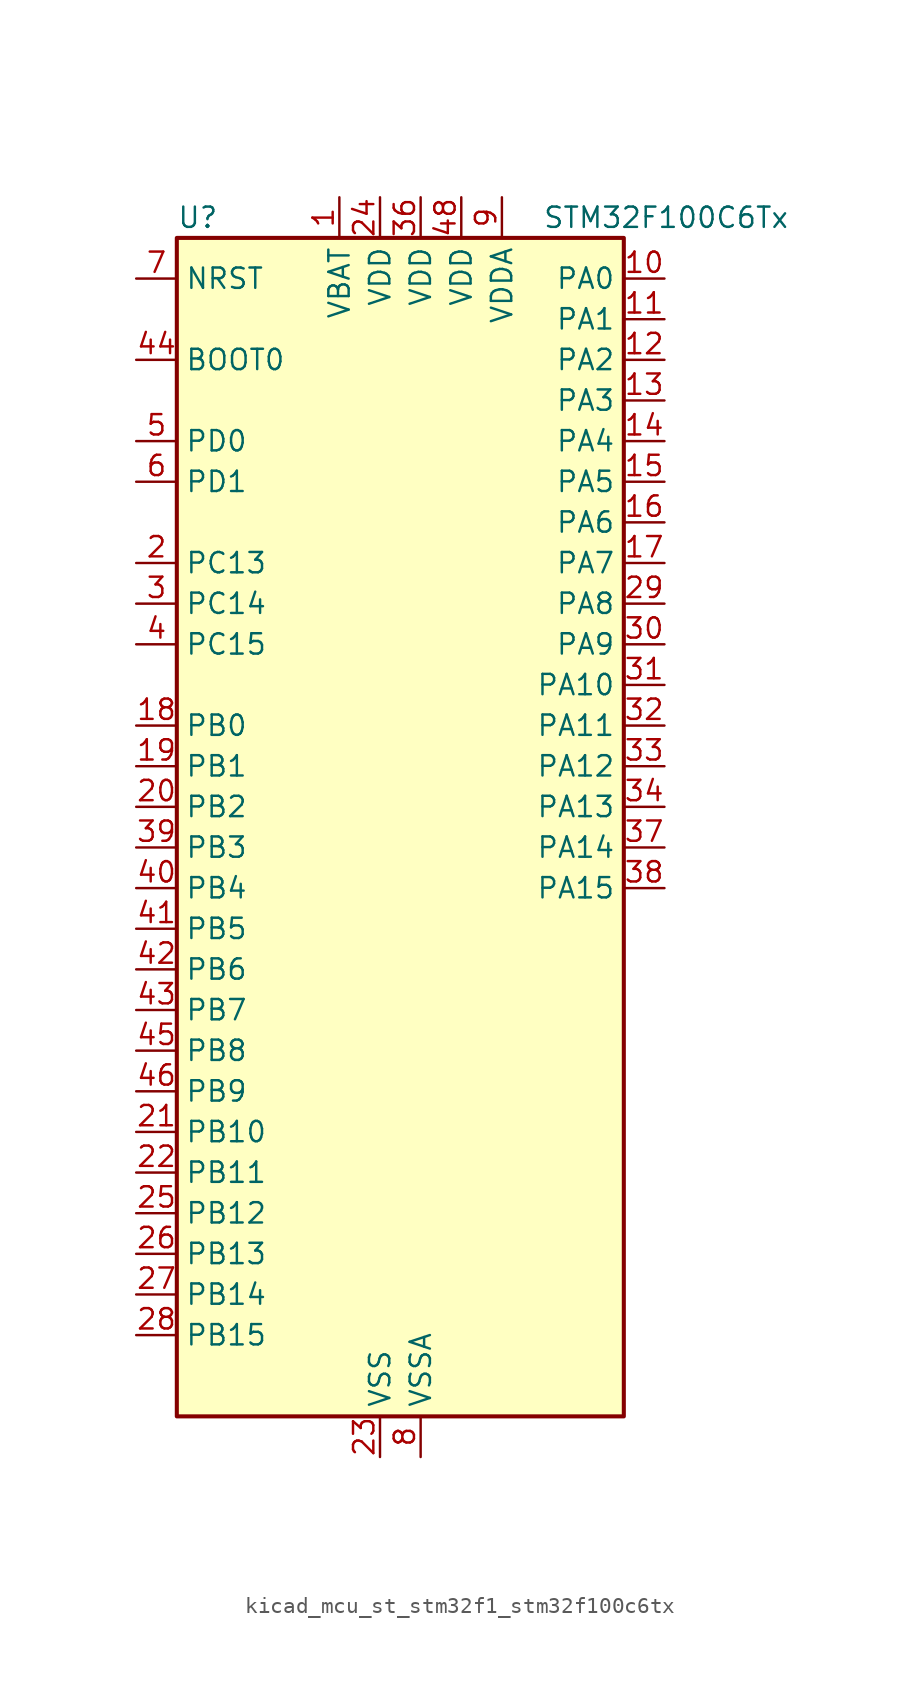
<source format=kicad_sym>
(kicad_symbol_lib
  (version 20220914)
  (generator kicad_symbol_editor)
  (symbol "kicad_mcu_st_stm32f1_stm32f100c6tx"
    (property "Reference" "U"
      (at -12.7 39.37 0)
      (effects (font (size 1.27 1.27)) (justify left)))
    (property "Value" "STM32F100C6Tx"
      (at 10.16 39.37 0)
      (effects (font (size 1.27 1.27)) (justify left)))
    (property "ki_locked" ""
      (at 0 0 0)
      (effects (font (size 1.27 1.27))))
    (symbol "kicad_mcu_st_stm32f1_stm32f100c6tx_0_1"
      (rectangle (start -12.7 -35.56) (end 15.24 38.1) (stroke (width 0.254) (type default)) (fill (type background))))
    (symbol "kicad_mcu_st_stm32f1_stm32f100c6tx_1_1"
      (pin power_in line (at -2.54 40.64 270) (length 2.54) (name "VBAT" (effects (font (size 1.27 1.27)))) (number "1" (effects (font (size 1.27 1.27)))))
      (pin bidirectional line (at 17.78 35.56 180) (length 2.54) (name "PA0" (effects (font (size 1.27 1.27)))) (number "10" (effects (font (size 1.27 1.27)))) (alternate "ADC1_IN0" bidirectional line) (alternate "SYS_WKUP" bidirectional line) (alternate "TIM2_CH1" bidirectional line) (alternate "TIM2_ETR" bidirectional line) (alternate "USART2_CTS" bidirectional line))
      (pin bidirectional line (at 17.78 33.02 180) (length 2.54) (name "PA1" (effects (font (size 1.27 1.27)))) (number "11" (effects (font (size 1.27 1.27)))) (alternate "ADC1_IN1" bidirectional line) (alternate "TIM2_CH2" bidirectional line) (alternate "USART2_RTS" bidirectional line))
      (pin bidirectional line (at 17.78 30.48 180) (length 2.54) (name "PA2" (effects (font (size 1.27 1.27)))) (number "12" (effects (font (size 1.27 1.27)))) (alternate "ADC1_IN2" bidirectional line) (alternate "TIM15_CH1" bidirectional line) (alternate "TIM2_CH3" bidirectional line) (alternate "USART2_TX" bidirectional line))
      (pin bidirectional line (at 17.78 27.94 180) (length 2.54) (name "PA3" (effects (font (size 1.27 1.27)))) (number "13" (effects (font (size 1.27 1.27)))) (alternate "ADC1_IN3" bidirectional line) (alternate "TIM15_CH2" bidirectional line) (alternate "TIM2_CH4" bidirectional line) (alternate "USART2_RX" bidirectional line))
      (pin bidirectional line (at 17.78 25.4 180) (length 2.54) (name "PA4" (effects (font (size 1.27 1.27)))) (number "14" (effects (font (size 1.27 1.27)))) (alternate "ADC1_IN4" bidirectional line) (alternate "DAC_OUT1" bidirectional line) (alternate "SPI1_NSS" bidirectional line) (alternate "USART2_CK" bidirectional line))
      (pin bidirectional line (at 17.78 22.86 180) (length 2.54) (name "PA5" (effects (font (size 1.27 1.27)))) (number "15" (effects (font (size 1.27 1.27)))) (alternate "ADC1_IN5" bidirectional line) (alternate "DAC_OUT2" bidirectional line) (alternate "SPI1_SCK" bidirectional line))
      (pin bidirectional line (at 17.78 20.32 180) (length 2.54) (name "PA6" (effects (font (size 1.27 1.27)))) (number "16" (effects (font (size 1.27 1.27)))) (alternate "ADC1_IN6" bidirectional line) (alternate "SPI1_MISO" bidirectional line) (alternate "TIM16_CH1" bidirectional line) (alternate "TIM1_BKIN" bidirectional line) (alternate "TIM3_CH1" bidirectional line))
      (pin bidirectional line (at 17.78 17.78 180) (length 2.54) (name "PA7" (effects (font (size 1.27 1.27)))) (number "17" (effects (font (size 1.27 1.27)))) (alternate "ADC1_IN7" bidirectional line) (alternate "SPI1_MOSI" bidirectional line) (alternate "TIM17_CH1" bidirectional line) (alternate "TIM1_CH1N" bidirectional line) (alternate "TIM3_CH2" bidirectional line))
      (pin bidirectional line (at -15.24 7.62 0) (length 2.54) (name "PB0" (effects (font (size 1.27 1.27)))) (number "18" (effects (font (size 1.27 1.27)))) (alternate "ADC1_IN8" bidirectional line) (alternate "TIM1_CH2N" bidirectional line) (alternate "TIM3_CH3" bidirectional line))
      (pin bidirectional line (at -15.24 5.08 0) (length 2.54) (name "PB1" (effects (font (size 1.27 1.27)))) (number "19" (effects (font (size 1.27 1.27)))) (alternate "ADC1_IN9" bidirectional line) (alternate "TIM1_CH3N" bidirectional line) (alternate "TIM3_CH4" bidirectional line))
      (pin bidirectional line (at -15.24 17.78 0) (length 2.54) (name "PC13" (effects (font (size 1.27 1.27)))) (number "2" (effects (font (size 1.27 1.27)))) (alternate "RTC_OUT" bidirectional line) (alternate "RTC_TAMPER" bidirectional line))
      (pin bidirectional line (at -15.24 2.54 0) (length 2.54) (name "PB2" (effects (font (size 1.27 1.27)))) (number "20" (effects (font (size 1.27 1.27)))))
      (pin bidirectional line (at -15.24 -17.78 0) (length 2.54) (name "PB10" (effects (font (size 1.27 1.27)))) (number "21" (effects (font (size 1.27 1.27)))) (alternate "CEC" bidirectional line) (alternate "TIM2_CH3" bidirectional line))
      (pin bidirectional line (at -15.24 -20.32 0) (length 2.54) (name "PB11" (effects (font (size 1.27 1.27)))) (number "22" (effects (font (size 1.27 1.27)))) (alternate "ADC1_EXTI11" bidirectional line) (alternate "TIM2_CH4" bidirectional line))
      (pin power_in line (at 0 -38.1 90) (length 2.54) (name "VSS" (effects (font (size 1.27 1.27)))) (number "23" (effects (font (size 1.27 1.27)))))
      (pin power_in line (at 0 40.64 270) (length 2.54) (name "VDD" (effects (font (size 1.27 1.27)))) (number "24" (effects (font (size 1.27 1.27)))))
      (pin bidirectional line (at -15.24 -22.86 0) (length 2.54) (name "PB12" (effects (font (size 1.27 1.27)))) (number "25" (effects (font (size 1.27 1.27)))) (alternate "TIM1_BKIN" bidirectional line))
      (pin bidirectional line (at -15.24 -25.4 0) (length 2.54) (name "PB13" (effects (font (size 1.27 1.27)))) (number "26" (effects (font (size 1.27 1.27)))) (alternate "TIM1_CH1N" bidirectional line))
      (pin bidirectional line (at -15.24 -27.94 0) (length 2.54) (name "PB14" (effects (font (size 1.27 1.27)))) (number "27" (effects (font (size 1.27 1.27)))) (alternate "TIM15_CH1" bidirectional line) (alternate "TIM1_CH2N" bidirectional line))
      (pin bidirectional line (at -15.24 -30.48 0) (length 2.54) (name "PB15" (effects (font (size 1.27 1.27)))) (number "28" (effects (font (size 1.27 1.27)))) (alternate "ADC1_EXTI15" bidirectional line) (alternate "TIM15_CH1N" bidirectional line) (alternate "TIM15_CH2" bidirectional line) (alternate "TIM1_CH3N" bidirectional line))
      (pin bidirectional line (at 17.78 15.24 180) (length 2.54) (name "PA8" (effects (font (size 1.27 1.27)))) (number "29" (effects (font (size 1.27 1.27)))) (alternate "RCC_MCO" bidirectional line) (alternate "TIM1_CH1" bidirectional line) (alternate "USART1_CK" bidirectional line))
      (pin bidirectional line (at -15.24 15.24 0) (length 2.54) (name "PC14" (effects (font (size 1.27 1.27)))) (number "3" (effects (font (size 1.27 1.27)))) (alternate "RCC_OSC32_IN" bidirectional line))
      (pin bidirectional line (at 17.78 12.7 180) (length 2.54) (name "PA9" (effects (font (size 1.27 1.27)))) (number "30" (effects (font (size 1.27 1.27)))) (alternate "DAC_EXTI9" bidirectional line) (alternate "TIM15_BKIN" bidirectional line) (alternate "TIM1_CH2" bidirectional line) (alternate "USART1_TX" bidirectional line))
      (pin bidirectional line (at 17.78 10.16 180) (length 2.54) (name "PA10" (effects (font (size 1.27 1.27)))) (number "31" (effects (font (size 1.27 1.27)))) (alternate "TIM17_BKIN" bidirectional line) (alternate "TIM1_CH3" bidirectional line) (alternate "USART1_RX" bidirectional line))
      (pin bidirectional line (at 17.78 7.62 180) (length 2.54) (name "PA11" (effects (font (size 1.27 1.27)))) (number "32" (effects (font (size 1.27 1.27)))) (alternate "ADC1_EXTI11" bidirectional line) (alternate "TIM1_CH4" bidirectional line) (alternate "USART1_CTS" bidirectional line))
      (pin bidirectional line (at 17.78 5.08 180) (length 2.54) (name "PA12" (effects (font (size 1.27 1.27)))) (number "33" (effects (font (size 1.27 1.27)))) (alternate "TIM1_ETR" bidirectional line) (alternate "USART1_RTS" bidirectional line))
      (pin bidirectional line (at 17.78 2.54 180) (length 2.54) (name "PA13" (effects (font (size 1.27 1.27)))) (number "34" (effects (font (size 1.27 1.27)))) (alternate "SYS_JTMS-SWDIO" bidirectional line))
      (pin passive line (at 0 -38.1 90) (length 2.54) hide (name "VSS" (effects (font (size 1.27 1.27)))) (number "35" (effects (font (size 1.27 1.27)))))
      (pin power_in line (at 2.54 40.64 270) (length 2.54) (name "VDD" (effects (font (size 1.27 1.27)))) (number "36" (effects (font (size 1.27 1.27)))))
      (pin bidirectional line (at 17.78 0 180) (length 2.54) (name "PA14" (effects (font (size 1.27 1.27)))) (number "37" (effects (font (size 1.27 1.27)))) (alternate "SYS_JTCK-SWCLK" bidirectional line))
      (pin bidirectional line (at 17.78 -2.54 180) (length 2.54) (name "PA15" (effects (font (size 1.27 1.27)))) (number "38" (effects (font (size 1.27 1.27)))) (alternate "ADC1_EXTI15" bidirectional line) (alternate "SPI1_NSS" bidirectional line) (alternate "SYS_JTDI" bidirectional line) (alternate "TIM2_CH1" bidirectional line) (alternate "TIM2_ETR" bidirectional line))
      (pin bidirectional line (at -15.24 0 0) (length 2.54) (name "PB3" (effects (font (size 1.27 1.27)))) (number "39" (effects (font (size 1.27 1.27)))) (alternate "SPI1_SCK" bidirectional line) (alternate "SYS_JTDO-TRACESWO" bidirectional line) (alternate "TIM2_CH2" bidirectional line))
      (pin bidirectional line (at -15.24 12.7 0) (length 2.54) (name "PC15" (effects (font (size 1.27 1.27)))) (number "4" (effects (font (size 1.27 1.27)))) (alternate "ADC1_EXTI15" bidirectional line) (alternate "RCC_OSC32_OUT" bidirectional line))
      (pin bidirectional line (at -15.24 -2.54 0) (length 2.54) (name "PB4" (effects (font (size 1.27 1.27)))) (number "40" (effects (font (size 1.27 1.27)))) (alternate "SPI1_MISO" bidirectional line) (alternate "SYS_NJTRST" bidirectional line) (alternate "TIM3_CH1" bidirectional line))
      (pin bidirectional line (at -15.24 -5.08 0) (length 2.54) (name "PB5" (effects (font (size 1.27 1.27)))) (number "41" (effects (font (size 1.27 1.27)))) (alternate "I2C1_SMBA" bidirectional line) (alternate "SPI1_MOSI" bidirectional line) (alternate "TIM16_BKIN" bidirectional line) (alternate "TIM3_CH2" bidirectional line))
      (pin bidirectional line (at -15.24 -7.62 0) (length 2.54) (name "PB6" (effects (font (size 1.27 1.27)))) (number "42" (effects (font (size 1.27 1.27)))) (alternate "I2C1_SCL" bidirectional line) (alternate "TIM16_CH1N" bidirectional line) (alternate "USART1_TX" bidirectional line))
      (pin bidirectional line (at -15.24 -10.16 0) (length 2.54) (name "PB7" (effects (font (size 1.27 1.27)))) (number "43" (effects (font (size 1.27 1.27)))) (alternate "I2C1_SDA" bidirectional line) (alternate "TIM17_CH1N" bidirectional line) (alternate "USART1_RX" bidirectional line))
      (pin input line (at -15.24 30.48 0) (length 2.54) (name "BOOT0" (effects (font (size 1.27 1.27)))) (number "44" (effects (font (size 1.27 1.27)))))
      (pin bidirectional line (at -15.24 -12.7 0) (length 2.54) (name "PB8" (effects (font (size 1.27 1.27)))) (number "45" (effects (font (size 1.27 1.27)))) (alternate "CEC" bidirectional line) (alternate "I2C1_SCL" bidirectional line) (alternate "TIM16_CH1" bidirectional line))
      (pin bidirectional line (at -15.24 -15.24 0) (length 2.54) (name "PB9" (effects (font (size 1.27 1.27)))) (number "46" (effects (font (size 1.27 1.27)))) (alternate "DAC_EXTI9" bidirectional line) (alternate "I2C1_SDA" bidirectional line) (alternate "TIM17_CH1" bidirectional line))
      (pin passive line (at 0 -38.1 90) (length 2.54) hide (name "VSS" (effects (font (size 1.27 1.27)))) (number "47" (effects (font (size 1.27 1.27)))))
      (pin power_in line (at 5.08 40.64 270) (length 2.54) (name "VDD" (effects (font (size 1.27 1.27)))) (number "48" (effects (font (size 1.27 1.27)))))
      (pin bidirectional line (at -15.24 25.4 0) (length 2.54) (name "PD0" (effects (font (size 1.27 1.27)))) (number "5" (effects (font (size 1.27 1.27)))) (alternate "RCC_OSC_IN" bidirectional line))
      (pin bidirectional line (at -15.24 22.86 0) (length 2.54) (name "PD1" (effects (font (size 1.27 1.27)))) (number "6" (effects (font (size 1.27 1.27)))) (alternate "RCC_OSC_OUT" bidirectional line))
      (pin input line (at -15.24 35.56 0) (length 2.54) (name "NRST" (effects (font (size 1.27 1.27)))) (number "7" (effects (font (size 1.27 1.27)))))
      (pin power_in line (at 2.54 -38.1 90) (length 2.54) (name "VSSA" (effects (font (size 1.27 1.27)))) (number "8" (effects (font (size 1.27 1.27)))))
      (pin power_in line (at 7.62 40.64 270) (length 2.54) (name "VDDA" (effects (font (size 1.27 1.27)))) (number "9" (effects (font (size 1.27 1.27))))))))
</source>
